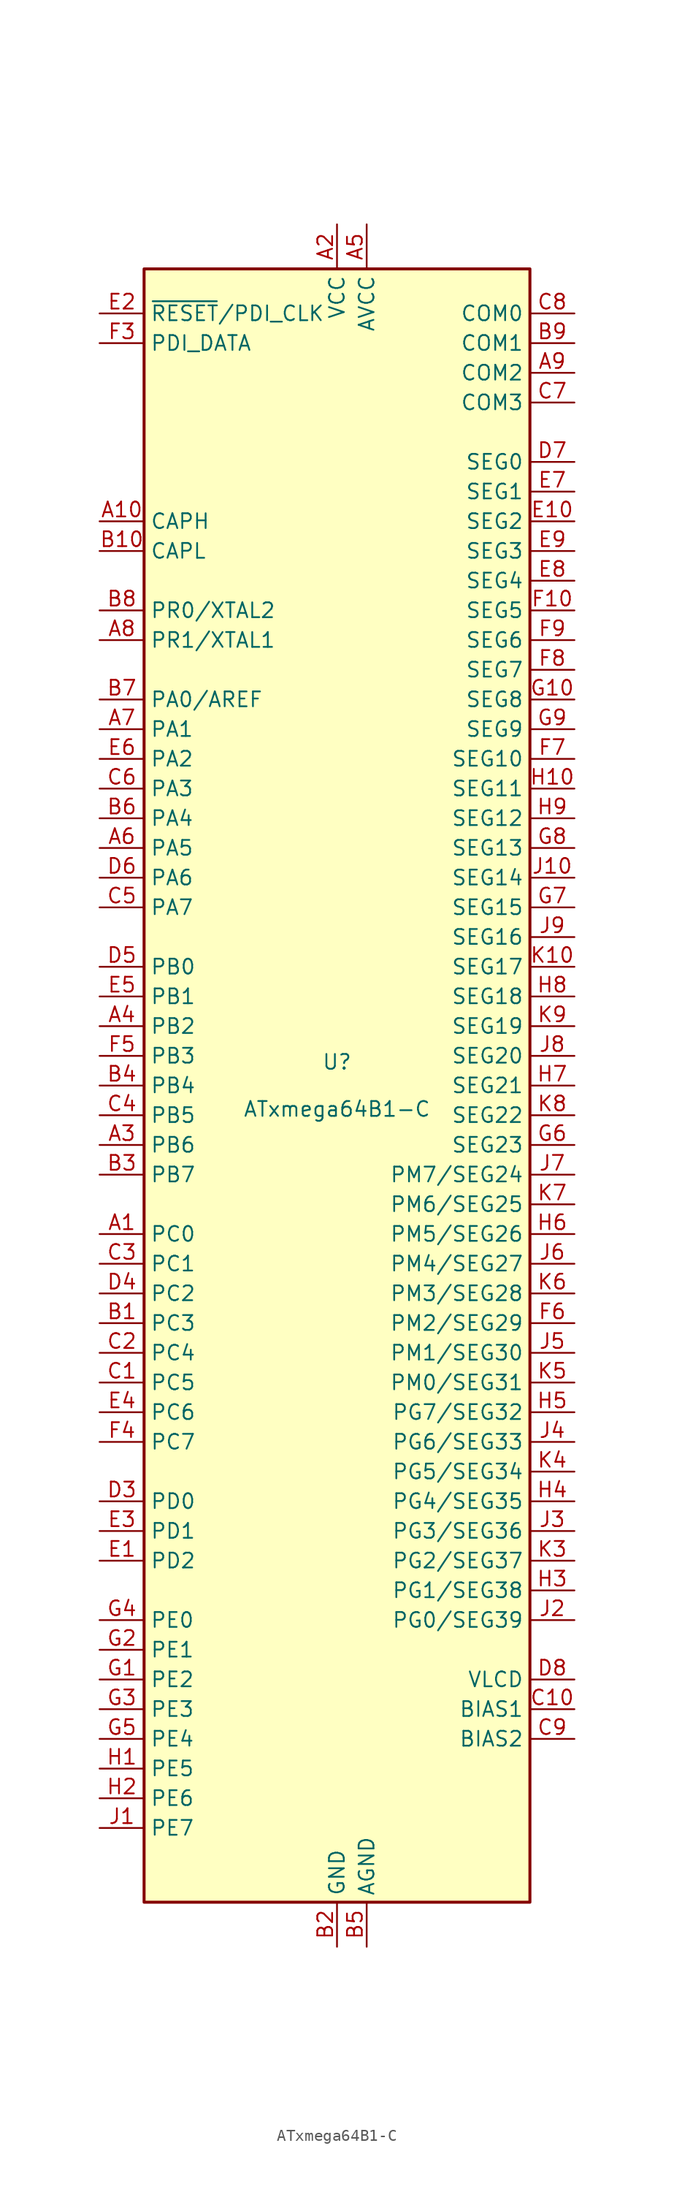
<source format=kicad_sym>
(kicad_symbol_lib
  (version 20241209)
  (generator "kicad_symbol_editor")
  (generator_version "9.0")
  (symbol "ATxmega64B1-C"
    (property "Reference" "U"
      (at 0 1.27 0)
      (effects (font (size 1.27 1.27)) (justify bottom)))
    (property "Value" "ATxmega64B1-C"
      (at 0 -1.27 0)
      (effects (font (size 1.27 1.27)) (justify top)))
    (symbol "ATxmega64B1-C_0_1"
      (rectangle (start -16.51 -69.85) (end 16.51 69.85) (stroke (width 0.254) (type default)) (fill (type background))))
    (symbol "ATxmega64B1-C_1_1"
      (pin input line (at -20.32 66.04 0) (length 3.81) (name "~{RESET}/PDI_CLK" (effects (font (size 1.27 1.27)))) (number "E2" (effects (font (size 1.27 1.27)))))
      (pin bidirectional line (at -20.32 63.5 0) (length 3.81) (name "PDI_DATA" (effects (font (size 1.27 1.27)))) (number "F3" (effects (font (size 1.27 1.27)))))
      (pin passive line (at -20.32 48.26 0) (length 3.81) (name "CAPH" (effects (font (size 1.27 1.27)))) (number "A10" (effects (font (size 1.27 1.27)))))
      (pin passive line (at -20.32 45.72 0) (length 3.81) (name "CAPL" (effects (font (size 1.27 1.27)))) (number "B10" (effects (font (size 1.27 1.27)))))
      (pin bidirectional line (at -20.32 40.64 0) (length 3.81) (name "PR0/XTAL2" (effects (font (size 1.27 1.27)))) (number "B8" (effects (font (size 1.27 1.27)))))
      (pin bidirectional line (at -20.32 38.1 0) (length 3.81) (name "PR1/XTAL1" (effects (font (size 1.27 1.27)))) (number "A8" (effects (font (size 1.27 1.27)))))
      (pin bidirectional line (at -20.32 33.02 0) (length 3.81) (name "PA0/AREF" (effects (font (size 1.27 1.27)))) (number "B7" (effects (font (size 1.27 1.27)))))
      (pin bidirectional line (at -20.32 30.48 0) (length 3.81) (name "PA1" (effects (font (size 1.27 1.27)))) (number "A7" (effects (font (size 1.27 1.27)))))
      (pin bidirectional line (at -20.32 27.94 0) (length 3.81) (name "PA2" (effects (font (size 1.27 1.27)))) (number "E6" (effects (font (size 1.27 1.27)))))
      (pin bidirectional line (at -20.32 25.4 0) (length 3.81) (name "PA3" (effects (font (size 1.27 1.27)))) (number "C6" (effects (font (size 1.27 1.27)))))
      (pin bidirectional line (at -20.32 22.86 0) (length 3.81) (name "PA4" (effects (font (size 1.27 1.27)))) (number "B6" (effects (font (size 1.27 1.27)))))
      (pin bidirectional line (at -20.32 20.32 0) (length 3.81) (name "PA5" (effects (font (size 1.27 1.27)))) (number "A6" (effects (font (size 1.27 1.27)))))
      (pin bidirectional line (at -20.32 17.78 0) (length 3.81) (name "PA6" (effects (font (size 1.27 1.27)))) (number "D6" (effects (font (size 1.27 1.27)))))
      (pin bidirectional line (at -20.32 15.24 0) (length 3.81) (name "PA7" (effects (font (size 1.27 1.27)))) (number "C5" (effects (font (size 1.27 1.27)))))
      (pin bidirectional line (at -20.32 10.16 0) (length 3.81) (name "PB0" (effects (font (size 1.27 1.27)))) (number "D5" (effects (font (size 1.27 1.27)))))
      (pin bidirectional line (at -20.32 7.62 0) (length 3.81) (name "PB1" (effects (font (size 1.27 1.27)))) (number "E5" (effects (font (size 1.27 1.27)))))
      (pin bidirectional line (at -20.32 5.08 0) (length 3.81) (name "PB2" (effects (font (size 1.27 1.27)))) (number "A4" (effects (font (size 1.27 1.27)))))
      (pin bidirectional line (at -20.32 2.54 0) (length 3.81) (name "PB3" (effects (font (size 1.27 1.27)))) (number "F5" (effects (font (size 1.27 1.27)))))
      (pin bidirectional line (at -20.32 0 0) (length 3.81) (name "PB4" (effects (font (size 1.27 1.27)))) (number "B4" (effects (font (size 1.27 1.27)))))
      (pin bidirectional line (at -20.32 -2.54 0) (length 3.81) (name "PB5" (effects (font (size 1.27 1.27)))) (number "C4" (effects (font (size 1.27 1.27)))))
      (pin bidirectional line (at -20.32 -5.08 0) (length 3.81) (name "PB6" (effects (font (size 1.27 1.27)))) (number "A3" (effects (font (size 1.27 1.27)))))
      (pin bidirectional line (at -20.32 -7.62 0) (length 3.81) (name "PB7" (effects (font (size 1.27 1.27)))) (number "B3" (effects (font (size 1.27 1.27)))))
      (pin bidirectional line (at -20.32 -12.7 0) (length 3.81) (name "PC0" (effects (font (size 1.27 1.27)))) (number "A1" (effects (font (size 1.27 1.27)))))
      (pin bidirectional line (at -20.32 -15.24 0) (length 3.81) (name "PC1" (effects (font (size 1.27 1.27)))) (number "C3" (effects (font (size 1.27 1.27)))))
      (pin bidirectional line (at -20.32 -17.78 0) (length 3.81) (name "PC2" (effects (font (size 1.27 1.27)))) (number "D4" (effects (font (size 1.27 1.27)))))
      (pin bidirectional line (at -20.32 -20.32 0) (length 3.81) (name "PC3" (effects (font (size 1.27 1.27)))) (number "B1" (effects (font (size 1.27 1.27)))))
      (pin bidirectional line (at -20.32 -22.86 0) (length 3.81) (name "PC4" (effects (font (size 1.27 1.27)))) (number "C2" (effects (font (size 1.27 1.27)))))
      (pin bidirectional line (at -20.32 -25.4 0) (length 3.81) (name "PC5" (effects (font (size 1.27 1.27)))) (number "C1" (effects (font (size 1.27 1.27)))))
      (pin bidirectional line (at -20.32 -27.94 0) (length 3.81) (name "PC6" (effects (font (size 1.27 1.27)))) (number "E4" (effects (font (size 1.27 1.27)))))
      (pin bidirectional line (at -20.32 -30.48 0) (length 3.81) (name "PC7" (effects (font (size 1.27 1.27)))) (number "F4" (effects (font (size 1.27 1.27)))))
      (pin bidirectional line (at -20.32 -35.56 0) (length 3.81) (name "PD0" (effects (font (size 1.27 1.27)))) (number "D3" (effects (font (size 1.27 1.27)))))
      (pin bidirectional line (at -20.32 -38.1 0) (length 3.81) (name "PD1" (effects (font (size 1.27 1.27)))) (number "E3" (effects (font (size 1.27 1.27)))))
      (pin bidirectional line (at -20.32 -40.64 0) (length 3.81) (name "PD2" (effects (font (size 1.27 1.27)))) (number "E1" (effects (font (size 1.27 1.27)))))
      (pin bidirectional line (at -20.32 -45.72 0) (length 3.81) (name "PE0" (effects (font (size 1.27 1.27)))) (number "G4" (effects (font (size 1.27 1.27)))))
      (pin bidirectional line (at -20.32 -48.26 0) (length 3.81) (name "PE1" (effects (font (size 1.27 1.27)))) (number "G2" (effects (font (size 1.27 1.27)))))
      (pin bidirectional line (at -20.32 -50.8 0) (length 3.81) (name "PE2" (effects (font (size 1.27 1.27)))) (number "G1" (effects (font (size 1.27 1.27)))))
      (pin bidirectional line (at -20.32 -53.34 0) (length 3.81) (name "PE3" (effects (font (size 1.27 1.27)))) (number "G3" (effects (font (size 1.27 1.27)))))
      (pin bidirectional line (at -20.32 -55.88 0) (length 3.81) (name "PE4" (effects (font (size 1.27 1.27)))) (number "G5" (effects (font (size 1.27 1.27)))))
      (pin bidirectional line (at -20.32 -58.42 0) (length 3.81) (name "PE5" (effects (font (size 1.27 1.27)))) (number "H1" (effects (font (size 1.27 1.27)))))
      (pin bidirectional line (at -20.32 -60.96 0) (length 3.81) (name "PE6" (effects (font (size 1.27 1.27)))) (number "H2" (effects (font (size 1.27 1.27)))))
      (pin bidirectional line (at -20.32 -63.5 0) (length 3.81) (name "PE7" (effects (font (size 1.27 1.27)))) (number "J1" (effects (font (size 1.27 1.27)))))
      (pin power_in line (at 0 73.66 270) (length 3.81) (name "VCC" (effects (font (size 1.27 1.27)))) (number "A2" (effects (font (size 1.27 1.27)))))
      (pin passive line (at 0 73.66 270) (length 3.81) (hide yes) (name "VCC" (effects (font (size 1.27 1.27)))) (number "D1" (effects (font (size 1.27 1.27)))))
      (pin passive line (at 0 73.66 270) (length 3.81) (hide yes) (name "VCC" (effects (font (size 1.27 1.27)))) (number "D10" (effects (font (size 1.27 1.27)))))
      (pin passive line (at 0 73.66 270) (length 3.81) (hide yes) (name "VCC" (effects (font (size 1.27 1.27)))) (number "F1" (effects (font (size 1.27 1.27)))))
      (pin passive line (at 0 73.66 270) (length 3.81) (hide yes) (name "VCC" (effects (font (size 1.27 1.27)))) (number "K2" (effects (font (size 1.27 1.27)))))
      (pin power_in line (at 0 -73.66 90) (length 3.81) (name "GND" (effects (font (size 1.27 1.27)))) (number "B2" (effects (font (size 1.27 1.27)))))
      (pin passive line (at 0 -73.66 90) (length 3.81) (hide yes) (name "GND" (effects (font (size 1.27 1.27)))) (number "D2" (effects (font (size 1.27 1.27)))))
      (pin passive line (at 0 -73.66 90) (length 3.81) (hide yes) (name "GND" (effects (font (size 1.27 1.27)))) (number "D9" (effects (font (size 1.27 1.27)))))
      (pin passive line (at 0 -73.66 90) (length 3.81) (hide yes) (name "GND" (effects (font (size 1.27 1.27)))) (number "F2" (effects (font (size 1.27 1.27)))))
      (pin passive line (at 0 -73.66 90) (length 3.81) (hide yes) (name "GND" (effects (font (size 1.27 1.27)))) (number "K1" (effects (font (size 1.27 1.27)))))
      (pin power_in line (at 2.54 73.66 270) (length 3.81) (name "AVCC" (effects (font (size 1.27 1.27)))) (number "A5" (effects (font (size 1.27 1.27)))))
      (pin power_in line (at 2.54 -73.66 90) (length 3.81) (name "AGND" (effects (font (size 1.27 1.27)))) (number "B5" (effects (font (size 1.27 1.27)))))
      (pin output line (at 20.32 66.04 180) (length 3.81) (name "COM0" (effects (font (size 1.27 1.27)))) (number "C8" (effects (font (size 1.27 1.27)))))
      (pin output line (at 20.32 63.5 180) (length 3.81) (name "COM1" (effects (font (size 1.27 1.27)))) (number "B9" (effects (font (size 1.27 1.27)))))
      (pin output line (at 20.32 60.96 180) (length 3.81) (name "COM2" (effects (font (size 1.27 1.27)))) (number "A9" (effects (font (size 1.27 1.27)))))
      (pin output line (at 20.32 58.42 180) (length 3.81) (name "COM3" (effects (font (size 1.27 1.27)))) (number "C7" (effects (font (size 1.27 1.27)))))
      (pin output line (at 20.32 53.34 180) (length 3.81) (name "SEG0" (effects (font (size 1.27 1.27)))) (number "D7" (effects (font (size 1.27 1.27)))))
      (pin output line (at 20.32 50.8 180) (length 3.81) (name "SEG1" (effects (font (size 1.27 1.27)))) (number "E7" (effects (font (size 1.27 1.27)))))
      (pin output line (at 20.32 48.26 180) (length 3.81) (name "SEG2" (effects (font (size 1.27 1.27)))) (number "E10" (effects (font (size 1.27 1.27)))))
      (pin output line (at 20.32 45.72 180) (length 3.81) (name "SEG3" (effects (font (size 1.27 1.27)))) (number "E9" (effects (font (size 1.27 1.27)))))
      (pin output line (at 20.32 43.18 180) (length 3.81) (name "SEG4" (effects (font (size 1.27 1.27)))) (number "E8" (effects (font (size 1.27 1.27)))))
      (pin output line (at 20.32 40.64 180) (length 3.81) (name "SEG5" (effects (font (size 1.27 1.27)))) (number "F10" (effects (font (size 1.27 1.27)))))
      (pin output line (at 20.32 38.1 180) (length 3.81) (name "SEG6" (effects (font (size 1.27 1.27)))) (number "F9" (effects (font (size 1.27 1.27)))))
      (pin output line (at 20.32 35.56 180) (length 3.81) (name "SEG7" (effects (font (size 1.27 1.27)))) (number "F8" (effects (font (size 1.27 1.27)))))
      (pin output line (at 20.32 33.02 180) (length 3.81) (name "SEG8" (effects (font (size 1.27 1.27)))) (number "G10" (effects (font (size 1.27 1.27)))))
      (pin output line (at 20.32 30.48 180) (length 3.81) (name "SEG9" (effects (font (size 1.27 1.27)))) (number "G9" (effects (font (size 1.27 1.27)))))
      (pin output line (at 20.32 27.94 180) (length 3.81) (name "SEG10" (effects (font (size 1.27 1.27)))) (number "F7" (effects (font (size 1.27 1.27)))))
      (pin output line (at 20.32 25.4 180) (length 3.81) (name "SEG11" (effects (font (size 1.27 1.27)))) (number "H10" (effects (font (size 1.27 1.27)))))
      (pin output line (at 20.32 22.86 180) (length 3.81) (name "SEG12" (effects (font (size 1.27 1.27)))) (number "H9" (effects (font (size 1.27 1.27)))))
      (pin output line (at 20.32 20.32 180) (length 3.81) (name "SEG13" (effects (font (size 1.27 1.27)))) (number "G8" (effects (font (size 1.27 1.27)))))
      (pin output line (at 20.32 17.78 180) (length 3.81) (name "SEG14" (effects (font (size 1.27 1.27)))) (number "J10" (effects (font (size 1.27 1.27)))))
      (pin output line (at 20.32 15.24 180) (length 3.81) (name "SEG15" (effects (font (size 1.27 1.27)))) (number "G7" (effects (font (size 1.27 1.27)))))
      (pin output line (at 20.32 12.7 180) (length 3.81) (name "SEG16" (effects (font (size 1.27 1.27)))) (number "J9" (effects (font (size 1.27 1.27)))))
      (pin output line (at 20.32 10.16 180) (length 3.81) (name "SEG17" (effects (font (size 1.27 1.27)))) (number "K10" (effects (font (size 1.27 1.27)))))
      (pin output line (at 20.32 7.62 180) (length 3.81) (name "SEG18" (effects (font (size 1.27 1.27)))) (number "H8" (effects (font (size 1.27 1.27)))))
      (pin output line (at 20.32 5.08 180) (length 3.81) (name "SEG19" (effects (font (size 1.27 1.27)))) (number "K9" (effects (font (size 1.27 1.27)))))
      (pin output line (at 20.32 2.54 180) (length 3.81) (name "SEG20" (effects (font (size 1.27 1.27)))) (number "J8" (effects (font (size 1.27 1.27)))))
      (pin output line (at 20.32 0 180) (length 3.81) (name "SEG21" (effects (font (size 1.27 1.27)))) (number "H7" (effects (font (size 1.27 1.27)))))
      (pin output line (at 20.32 -2.54 180) (length 3.81) (name "SEG22" (effects (font (size 1.27 1.27)))) (number "K8" (effects (font (size 1.27 1.27)))))
      (pin output line (at 20.32 -5.08 180) (length 3.81) (name "SEG23" (effects (font (size 1.27 1.27)))) (number "G6" (effects (font (size 1.27 1.27)))))
      (pin bidirectional line (at 20.32 -7.62 180) (length 3.81) (name "PM7/SEG24" (effects (font (size 1.27 1.27)))) (number "J7" (effects (font (size 1.27 1.27)))))
      (pin bidirectional line (at 20.32 -10.16 180) (length 3.81) (name "PM6/SEG25" (effects (font (size 1.27 1.27)))) (number "K7" (effects (font (size 1.27 1.27)))))
      (pin bidirectional line (at 20.32 -12.7 180) (length 3.81) (name "PM5/SEG26" (effects (font (size 1.27 1.27)))) (number "H6" (effects (font (size 1.27 1.27)))))
      (pin bidirectional line (at 20.32 -15.24 180) (length 3.81) (name "PM4/SEG27" (effects (font (size 1.27 1.27)))) (number "J6" (effects (font (size 1.27 1.27)))))
      (pin bidirectional line (at 20.32 -17.78 180) (length 3.81) (name "PM3/SEG28" (effects (font (size 1.27 1.27)))) (number "K6" (effects (font (size 1.27 1.27)))))
      (pin bidirectional line (at 20.32 -20.32 180) (length 3.81) (name "PM2/SEG29" (effects (font (size 1.27 1.27)))) (number "F6" (effects (font (size 1.27 1.27)))))
      (pin bidirectional line (at 20.32 -22.86 180) (length 3.81) (name "PM1/SEG30" (effects (font (size 1.27 1.27)))) (number "J5" (effects (font (size 1.27 1.27)))))
      (pin bidirectional line (at 20.32 -25.4 180) (length 3.81) (name "PM0/SEG31" (effects (font (size 1.27 1.27)))) (number "K5" (effects (font (size 1.27 1.27)))))
      (pin bidirectional line (at 20.32 -27.94 180) (length 3.81) (name "PG7/SEG32" (effects (font (size 1.27 1.27)))) (number "H5" (effects (font (size 1.27 1.27)))))
      (pin bidirectional line (at 20.32 -30.48 180) (length 3.81) (name "PG6/SEG33" (effects (font (size 1.27 1.27)))) (number "J4" (effects (font (size 1.27 1.27)))))
      (pin bidirectional line (at 20.32 -33.02 180) (length 3.81) (name "PG5/SEG34" (effects (font (size 1.27 1.27)))) (number "K4" (effects (font (size 1.27 1.27)))))
      (pin bidirectional line (at 20.32 -35.56 180) (length 3.81) (name "PG4/SEG35" (effects (font (size 1.27 1.27)))) (number "H4" (effects (font (size 1.27 1.27)))))
      (pin bidirectional line (at 20.32 -38.1 180) (length 3.81) (name "PG3/SEG36" (effects (font (size 1.27 1.27)))) (number "J3" (effects (font (size 1.27 1.27)))))
      (pin bidirectional line (at 20.32 -40.64 180) (length 3.81) (name "PG2/SEG37" (effects (font (size 1.27 1.27)))) (number "K3" (effects (font (size 1.27 1.27)))))
      (pin bidirectional line (at 20.32 -43.18 180) (length 3.81) (name "PG1/SEG38" (effects (font (size 1.27 1.27)))) (number "H3" (effects (font (size 1.27 1.27)))))
      (pin bidirectional line (at 20.32 -45.72 180) (length 3.81) (name "PG0/SEG39" (effects (font (size 1.27 1.27)))) (number "J2" (effects (font (size 1.27 1.27)))))
      (pin power_out line (at 20.32 -50.8 180) (length 3.81) (name "VLCD" (effects (font (size 1.27 1.27)))) (number "D8" (effects (font (size 1.27 1.27)))))
      (pin power_out line (at 20.32 -53.34 180) (length 3.81) (name "BIAS1" (effects (font (size 1.27 1.27)))) (number "C10" (effects (font (size 1.27 1.27)))))
      (pin power_out line (at 20.32 -55.88 180) (length 3.81) (name "BIAS2" (effects (font (size 1.27 1.27)))) (number "C9" (effects (font (size 1.27 1.27))))))))
</source>
